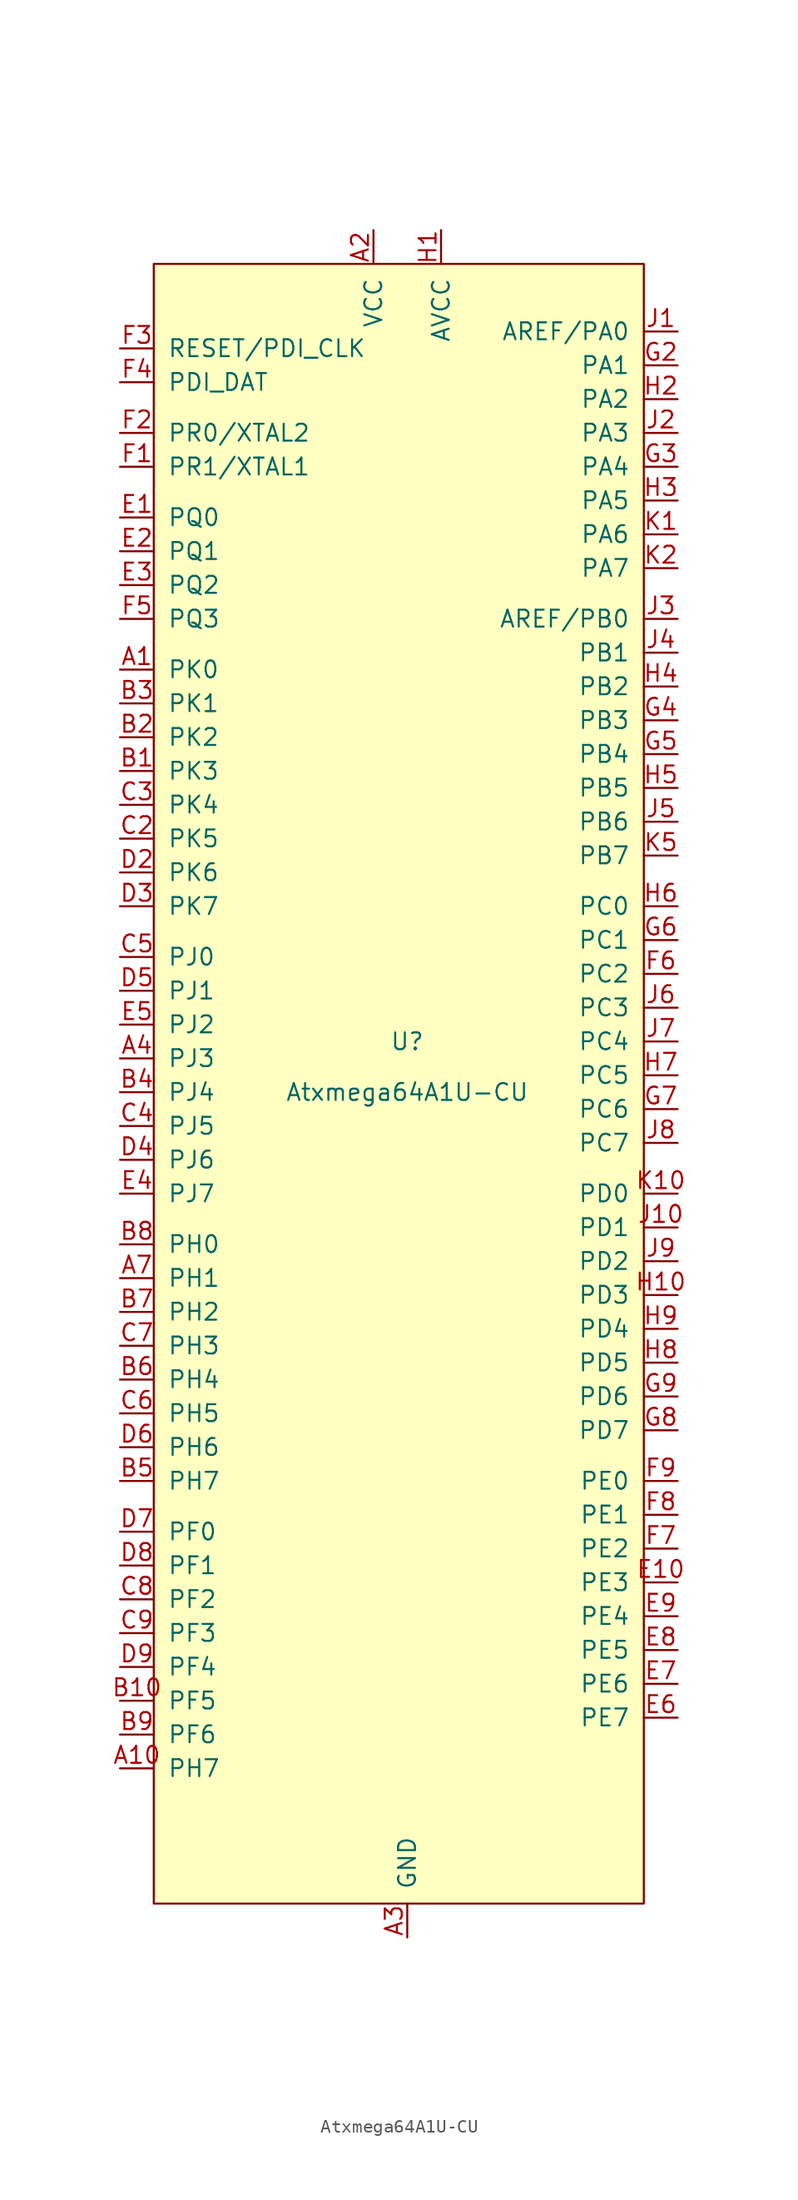
<source format=kicad_sym>
(kicad_symbol_lib
  (version 20211014)
  (generator kicad_symbol_editor)
  (symbol "Atxmega64A1U-CU"
    (pin_names
      (offset 1.016))
    (property "Reference" "U"
      (at 0 0 0)
      (effects (font (size 1.27 1.27))))
    (property "Value" "Atxmega64A1U-CU"
      (at 0 -3.81 0)
      (effects (font (size 1.27 1.27))))
    (symbol "Atxmega64A1U-CU_1_1"
      (rectangle (start -19.05 58.42) (end 17.78 -64.77) (stroke (width 0) (type default) (color 0 0 0 0)) (fill (type background)))
      (pin bidirectional line (at -21.59 27.94 0) (length 2.54) (name "PK0" (effects (font (size 1.27 1.27)))) (number "A1" (effects (font (size 1.27 1.27)))))
      (pin bidirectional line (at -21.59 -54.61 0) (length 2.54) (name "PH7" (effects (font (size 1.27 1.27)))) (number "A10" (effects (font (size 1.27 1.27)))))
      (pin power_in line (at -2.54 60.96 270) (length 2.54) (name "VCC" (effects (font (size 1.27 1.27)))) (number "A2" (effects (font (size 1.27 1.27)))))
      (pin power_in line (at 0 -67.31 90) (length 2.54) (name "GND" (effects (font (size 1.27 1.27)))) (number "A3" (effects (font (size 1.27 1.27)))))
      (pin bidirectional line (at -21.59 -1.27 0) (length 2.54) (name "PJ3" (effects (font (size 1.27 1.27)))) (number "A4" (effects (font (size 1.27 1.27)))))
      (pin passive line (at -2.54 60.96 270) (length 2.54) hide (name "VCC" (effects (font (size 1.27 1.27)))) (number "A5" (effects (font (size 1.27 1.27)))))
      (pin passive line (at 0 -67.31 90) (length 2.54) hide (name "GND" (effects (font (size 1.27 1.27)))) (number "A6" (effects (font (size 1.27 1.27)))))
      (pin bidirectional line (at -21.59 -17.78 0) (length 2.54) (name "PH1" (effects (font (size 1.27 1.27)))) (number "A7" (effects (font (size 1.27 1.27)))))
      (pin passive line (at 0 -67.31 90) (length 2.54) hide (name "GND" (effects (font (size 1.27 1.27)))) (number "A8" (effects (font (size 1.27 1.27)))))
      (pin passive line (at -2.54 60.96 270) (length 2.54) hide (name "VCC" (effects (font (size 1.27 1.27)))) (number "A9" (effects (font (size 1.27 1.27)))))
      (pin bidirectional line (at -21.59 20.32 0) (length 2.54) (name "PK3" (effects (font (size 1.27 1.27)))) (number "B1" (effects (font (size 1.27 1.27)))))
      (pin bidirectional line (at -21.59 -49.53 0) (length 2.54) (name "PF5" (effects (font (size 1.27 1.27)))) (number "B10" (effects (font (size 1.27 1.27)))))
      (pin bidirectional line (at -21.59 22.86 0) (length 2.54) (name "PK2" (effects (font (size 1.27 1.27)))) (number "B2" (effects (font (size 1.27 1.27)))))
      (pin bidirectional line (at -21.59 25.4 0) (length 2.54) (name "PK1" (effects (font (size 1.27 1.27)))) (number "B3" (effects (font (size 1.27 1.27)))))
      (pin bidirectional line (at -21.59 -3.81 0) (length 2.54) (name "PJ4" (effects (font (size 1.27 1.27)))) (number "B4" (effects (font (size 1.27 1.27)))))
      (pin bidirectional line (at -21.59 -33.02 0) (length 2.54) (name "PH7" (effects (font (size 1.27 1.27)))) (number "B5" (effects (font (size 1.27 1.27)))))
      (pin bidirectional line (at -21.59 -25.4 0) (length 2.54) (name "PH4" (effects (font (size 1.27 1.27)))) (number "B6" (effects (font (size 1.27 1.27)))))
      (pin bidirectional line (at -21.59 -20.32 0) (length 2.54) (name "PH2" (effects (font (size 1.27 1.27)))) (number "B7" (effects (font (size 1.27 1.27)))))
      (pin bidirectional line (at -21.59 -15.24 0) (length 2.54) (name "PH0" (effects (font (size 1.27 1.27)))) (number "B8" (effects (font (size 1.27 1.27)))))
      (pin bidirectional line (at -21.59 -52.07 0) (length 2.54) (name "PF6" (effects (font (size 1.27 1.27)))) (number "B9" (effects (font (size 1.27 1.27)))))
      (pin passive line (at -2.54 60.96 270) (length 2.54) hide (name "VCC" (effects (font (size 1.27 1.27)))) (number "C1" (effects (font (size 1.27 1.27)))))
      (pin passive line (at -2.54 60.96 270) (length 2.54) hide (name "VCC" (effects (font (size 1.27 1.27)))) (number "C10" (effects (font (size 1.27 1.27)))))
      (pin bidirectional line (at -21.59 15.24 0) (length 2.54) (name "PK5" (effects (font (size 1.27 1.27)))) (number "C2" (effects (font (size 1.27 1.27)))))
      (pin bidirectional line (at -21.59 17.78 0) (length 2.54) (name "PK4" (effects (font (size 1.27 1.27)))) (number "C3" (effects (font (size 1.27 1.27)))))
      (pin bidirectional line (at -21.59 -6.35 0) (length 2.54) (name "PJ5" (effects (font (size 1.27 1.27)))) (number "C4" (effects (font (size 1.27 1.27)))))
      (pin bidirectional line (at -21.59 6.35 0) (length 2.54) (name "PJ0" (effects (font (size 1.27 1.27)))) (number "C5" (effects (font (size 1.27 1.27)))))
      (pin bidirectional line (at -21.59 -27.94 0) (length 2.54) (name "PH5" (effects (font (size 1.27 1.27)))) (number "C6" (effects (font (size 1.27 1.27)))))
      (pin bidirectional line (at -21.59 -22.86 0) (length 2.54) (name "PH3" (effects (font (size 1.27 1.27)))) (number "C7" (effects (font (size 1.27 1.27)))))
      (pin bidirectional line (at -21.59 -41.91 0) (length 2.54) (name "PF2" (effects (font (size 1.27 1.27)))) (number "C8" (effects (font (size 1.27 1.27)))))
      (pin bidirectional line (at -21.59 -44.45 0) (length 2.54) (name "PF3" (effects (font (size 1.27 1.27)))) (number "C9" (effects (font (size 1.27 1.27)))))
      (pin passive line (at 0 -67.31 90) (length 2.54) hide (name "GND" (effects (font (size 1.27 1.27)))) (number "D1" (effects (font (size 1.27 1.27)))))
      (pin passive line (at 0 -67.31 90) (length 2.54) hide (name "GND" (effects (font (size 1.27 1.27)))) (number "D10" (effects (font (size 1.27 1.27)))))
      (pin bidirectional line (at -21.59 12.7 0) (length 2.54) (name "PK6" (effects (font (size 1.27 1.27)))) (number "D2" (effects (font (size 1.27 1.27)))))
      (pin bidirectional line (at -21.59 10.16 0) (length 2.54) (name "PK7" (effects (font (size 1.27 1.27)))) (number "D3" (effects (font (size 1.27 1.27)))))
      (pin bidirectional line (at -21.59 -8.89 0) (length 2.54) (name "PJ6" (effects (font (size 1.27 1.27)))) (number "D4" (effects (font (size 1.27 1.27)))))
      (pin bidirectional line (at -21.59 3.81 0) (length 2.54) (name "PJ1" (effects (font (size 1.27 1.27)))) (number "D5" (effects (font (size 1.27 1.27)))))
      (pin bidirectional line (at -21.59 -30.48 0) (length 2.54) (name "PH6" (effects (font (size 1.27 1.27)))) (number "D6" (effects (font (size 1.27 1.27)))))
      (pin bidirectional line (at -21.59 -36.83 0) (length 2.54) (name "PF0" (effects (font (size 1.27 1.27)))) (number "D7" (effects (font (size 1.27 1.27)))))
      (pin bidirectional line (at -21.59 -39.37 0) (length 2.54) (name "PF1" (effects (font (size 1.27 1.27)))) (number "D8" (effects (font (size 1.27 1.27)))))
      (pin bidirectional line (at -21.59 -46.99 0) (length 2.54) (name "PF4" (effects (font (size 1.27 1.27)))) (number "D9" (effects (font (size 1.27 1.27)))))
      (pin bidirectional line (at -21.59 39.37 0) (length 2.54) (name "PQ0" (effects (font (size 1.27 1.27)))) (number "E1" (effects (font (size 1.27 1.27)))))
      (pin bidirectional line (at 20.32 -40.64 180) (length 2.54) (name "PE3" (effects (font (size 1.27 1.27)))) (number "E10" (effects (font (size 1.27 1.27)))))
      (pin bidirectional line (at -21.59 36.83 0) (length 2.54) (name "PQ1" (effects (font (size 1.27 1.27)))) (number "E2" (effects (font (size 1.27 1.27)))))
      (pin bidirectional line (at -21.59 34.29 0) (length 2.54) (name "PQ2" (effects (font (size 1.27 1.27)))) (number "E3" (effects (font (size 1.27 1.27)))))
      (pin bidirectional line (at -21.59 -11.43 0) (length 2.54) (name "PJ7" (effects (font (size 1.27 1.27)))) (number "E4" (effects (font (size 1.27 1.27)))))
      (pin bidirectional line (at -21.59 1.27 0) (length 2.54) (name "PJ2" (effects (font (size 1.27 1.27)))) (number "E5" (effects (font (size 1.27 1.27)))))
      (pin bidirectional line (at 20.32 -50.8 180) (length 2.54) (name "PE7" (effects (font (size 1.27 1.27)))) (number "E6" (effects (font (size 1.27 1.27)))))
      (pin bidirectional line (at 20.32 -48.26 180) (length 2.54) (name "PE6" (effects (font (size 1.27 1.27)))) (number "E7" (effects (font (size 1.27 1.27)))))
      (pin bidirectional line (at 20.32 -45.72 180) (length 2.54) (name "PE5" (effects (font (size 1.27 1.27)))) (number "E8" (effects (font (size 1.27 1.27)))))
      (pin bidirectional line (at 20.32 -43.18 180) (length 2.54) (name "PE4" (effects (font (size 1.27 1.27)))) (number "E9" (effects (font (size 1.27 1.27)))))
      (pin bidirectional line (at -21.59 43.18 0) (length 2.54) (name "PR1/XTAL1" (effects (font (size 1.27 1.27)))) (number "F1" (effects (font (size 1.27 1.27)))))
      (pin passive line (at -2.54 60.96 270) (length 2.54) hide (name "VCC" (effects (font (size 1.27 1.27)))) (number "F10" (effects (font (size 1.27 1.27)))))
      (pin bidirectional line (at -21.59 45.72 0) (length 2.54) (name "PR0/XTAL2" (effects (font (size 1.27 1.27)))) (number "F2" (effects (font (size 1.27 1.27)))))
      (pin input line (at -21.59 52.07 0) (length 2.54) (name "RESET/PDI_CLK" (effects (font (size 1.27 1.27)))) (number "F3" (effects (font (size 1.27 1.27)))))
      (pin bidirectional line (at -21.59 49.53 0) (length 2.54) (name "PDI_DAT" (effects (font (size 1.27 1.27)))) (number "F4" (effects (font (size 1.27 1.27)))))
      (pin bidirectional line (at -21.59 31.75 0) (length 2.54) (name "PQ3" (effects (font (size 1.27 1.27)))) (number "F5" (effects (font (size 1.27 1.27)))))
      (pin bidirectional line (at 20.32 5.08 180) (length 2.54) (name "PC2" (effects (font (size 1.27 1.27)))) (number "F6" (effects (font (size 1.27 1.27)))))
      (pin bidirectional line (at 20.32 -38.1 180) (length 2.54) (name "PE2" (effects (font (size 1.27 1.27)))) (number "F7" (effects (font (size 1.27 1.27)))))
      (pin bidirectional line (at 20.32 -35.56 180) (length 2.54) (name "PE1" (effects (font (size 1.27 1.27)))) (number "F8" (effects (font (size 1.27 1.27)))))
      (pin bidirectional line (at 20.32 -33.02 180) (length 2.54) (name "PE0" (effects (font (size 1.27 1.27)))) (number "F9" (effects (font (size 1.27 1.27)))))
      (pin passive line (at 0 -67.31 90) (length 2.54) hide (name "GND" (effects (font (size 1.27 1.27)))) (number "G1" (effects (font (size 1.27 1.27)))))
      (pin passive line (at 0 -67.31 90) (length 2.54) hide (name "GND" (effects (font (size 1.27 1.27)))) (number "G10" (effects (font (size 1.27 1.27)))))
      (pin bidirectional line (at 20.32 50.8 180) (length 2.54) (name "PA1" (effects (font (size 1.27 1.27)))) (number "G2" (effects (font (size 1.27 1.27)))))
      (pin bidirectional line (at 20.32 43.18 180) (length 2.54) (name "PA4" (effects (font (size 1.27 1.27)))) (number "G3" (effects (font (size 1.27 1.27)))))
      (pin bidirectional line (at 20.32 24.13 180) (length 2.54) (name "PB3" (effects (font (size 1.27 1.27)))) (number "G4" (effects (font (size 1.27 1.27)))))
      (pin bidirectional line (at 20.32 21.59 180) (length 2.54) (name "PB4" (effects (font (size 1.27 1.27)))) (number "G5" (effects (font (size 1.27 1.27)))))
      (pin bidirectional line (at 20.32 7.62 180) (length 2.54) (name "PC1" (effects (font (size 1.27 1.27)))) (number "G6" (effects (font (size 1.27 1.27)))))
      (pin bidirectional line (at 20.32 -5.08 180) (length 2.54) (name "PC6" (effects (font (size 1.27 1.27)))) (number "G7" (effects (font (size 1.27 1.27)))))
      (pin bidirectional line (at 20.32 -29.21 180) (length 2.54) (name "PD7" (effects (font (size 1.27 1.27)))) (number "G8" (effects (font (size 1.27 1.27)))))
      (pin bidirectional line (at 20.32 -26.67 180) (length 2.54) (name "PD6" (effects (font (size 1.27 1.27)))) (number "G9" (effects (font (size 1.27 1.27)))))
      (pin power_in line (at 2.54 60.96 270) (length 2.54) (name "AVCC" (effects (font (size 1.27 1.27)))) (number "H1" (effects (font (size 1.27 1.27)))))
      (pin bidirectional line (at 20.32 -19.05 180) (length 2.54) (name "PD3" (effects (font (size 1.27 1.27)))) (number "H10" (effects (font (size 1.27 1.27)))))
      (pin bidirectional line (at 20.32 48.26 180) (length 2.54) (name "PA2" (effects (font (size 1.27 1.27)))) (number "H2" (effects (font (size 1.27 1.27)))))
      (pin bidirectional line (at 20.32 40.64 180) (length 2.54) (name "PA5" (effects (font (size 1.27 1.27)))) (number "H3" (effects (font (size 1.27 1.27)))))
      (pin bidirectional line (at 20.32 26.67 180) (length 2.54) (name "PB2" (effects (font (size 1.27 1.27)))) (number "H4" (effects (font (size 1.27 1.27)))))
      (pin bidirectional line (at 20.32 19.05 180) (length 2.54) (name "PB5" (effects (font (size 1.27 1.27)))) (number "H5" (effects (font (size 1.27 1.27)))))
      (pin bidirectional line (at 20.32 10.16 180) (length 2.54) (name "PC0" (effects (font (size 1.27 1.27)))) (number "H6" (effects (font (size 1.27 1.27)))))
      (pin bidirectional line (at 20.32 -2.54 180) (length 2.54) (name "PC5" (effects (font (size 1.27 1.27)))) (number "H7" (effects (font (size 1.27 1.27)))))
      (pin bidirectional line (at 20.32 -24.13 180) (length 2.54) (name "PD5" (effects (font (size 1.27 1.27)))) (number "H8" (effects (font (size 1.27 1.27)))))
      (pin bidirectional line (at 20.32 -21.59 180) (length 2.54) (name "PD4" (effects (font (size 1.27 1.27)))) (number "H9" (effects (font (size 1.27 1.27)))))
      (pin bidirectional line (at 20.32 53.34 180) (length 2.54) (name "AREF/PA0" (effects (font (size 1.27 1.27)))) (number "J1" (effects (font (size 1.27 1.27)))))
      (pin bidirectional line (at 20.32 -13.97 180) (length 2.54) (name "PD1" (effects (font (size 1.27 1.27)))) (number "J10" (effects (font (size 1.27 1.27)))))
      (pin bidirectional line (at 20.32 45.72 180) (length 2.54) (name "PA3" (effects (font (size 1.27 1.27)))) (number "J2" (effects (font (size 1.27 1.27)))))
      (pin bidirectional line (at 20.32 31.75 180) (length 2.54) (name "AREF/PB0" (effects (font (size 1.27 1.27)))) (number "J3" (effects (font (size 1.27 1.27)))))
      (pin bidirectional line (at 20.32 29.21 180) (length 2.54) (name "PB1" (effects (font (size 1.27 1.27)))) (number "J4" (effects (font (size 1.27 1.27)))))
      (pin bidirectional line (at 20.32 16.51 180) (length 2.54) (name "PB6" (effects (font (size 1.27 1.27)))) (number "J5" (effects (font (size 1.27 1.27)))))
      (pin bidirectional line (at 20.32 2.54 180) (length 2.54) (name "PC3" (effects (font (size 1.27 1.27)))) (number "J6" (effects (font (size 1.27 1.27)))))
      (pin bidirectional line (at 20.32 0 180) (length 2.54) (name "PC4" (effects (font (size 1.27 1.27)))) (number "J7" (effects (font (size 1.27 1.27)))))
      (pin bidirectional line (at 20.32 -7.62 180) (length 2.54) (name "PC7" (effects (font (size 1.27 1.27)))) (number "J8" (effects (font (size 1.27 1.27)))))
      (pin bidirectional line (at 20.32 -16.51 180) (length 2.54) (name "PD2" (effects (font (size 1.27 1.27)))) (number "J9" (effects (font (size 1.27 1.27)))))
      (pin bidirectional line (at 20.32 38.1 180) (length 2.54) (name "PA6" (effects (font (size 1.27 1.27)))) (number "K1" (effects (font (size 1.27 1.27)))))
      (pin bidirectional line (at 20.32 -11.43 180) (length 2.54) (name "PD0" (effects (font (size 1.27 1.27)))) (number "K10" (effects (font (size 1.27 1.27)))))
      (pin bidirectional line (at 20.32 35.56 180) (length 2.54) (name "PA7" (effects (font (size 1.27 1.27)))) (number "K2" (effects (font (size 1.27 1.27)))))
      (pin passive line (at 0 -67.31 90) (length 2.54) hide (name "GND" (effects (font (size 1.27 1.27)))) (number "K3" (effects (font (size 1.27 1.27)))))
      (pin passive line (at 2.54 60.96 270) (length 2.54) hide (name "AVCC" (effects (font (size 1.27 1.27)))) (number "K4" (effects (font (size 1.27 1.27)))))
      (pin bidirectional line (at 20.32 13.97 180) (length 2.54) (name "PB7" (effects (font (size 1.27 1.27)))) (number "K5" (effects (font (size 1.27 1.27)))))
      (pin passive line (at -2.54 60.96 270) (length 2.54) hide (name "VCC" (effects (font (size 1.27 1.27)))) (number "K6" (effects (font (size 1.27 1.27)))))
      (pin passive line (at 0 -67.31 90) (length 2.54) hide (name "GND" (effects (font (size 1.27 1.27)))) (number "K7" (effects (font (size 1.27 1.27)))))
      (pin passive line (at -2.54 60.96 270) (length 2.54) hide (name "VCC" (effects (font (size 1.27 1.27)))) (number "K8" (effects (font (size 1.27 1.27))))))))
</source>
